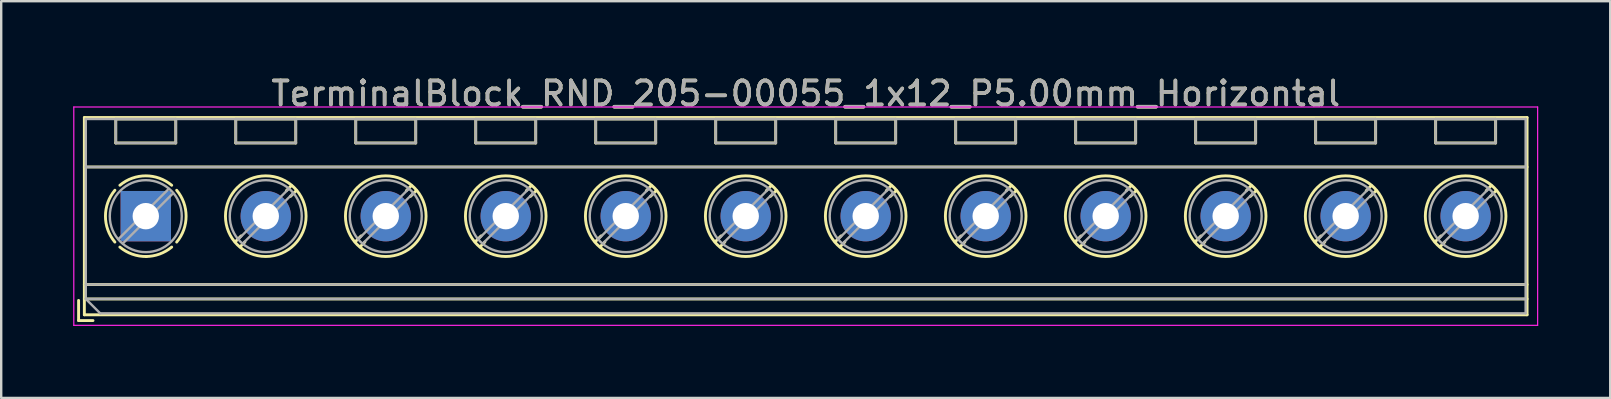
<source format=kicad_pcb>
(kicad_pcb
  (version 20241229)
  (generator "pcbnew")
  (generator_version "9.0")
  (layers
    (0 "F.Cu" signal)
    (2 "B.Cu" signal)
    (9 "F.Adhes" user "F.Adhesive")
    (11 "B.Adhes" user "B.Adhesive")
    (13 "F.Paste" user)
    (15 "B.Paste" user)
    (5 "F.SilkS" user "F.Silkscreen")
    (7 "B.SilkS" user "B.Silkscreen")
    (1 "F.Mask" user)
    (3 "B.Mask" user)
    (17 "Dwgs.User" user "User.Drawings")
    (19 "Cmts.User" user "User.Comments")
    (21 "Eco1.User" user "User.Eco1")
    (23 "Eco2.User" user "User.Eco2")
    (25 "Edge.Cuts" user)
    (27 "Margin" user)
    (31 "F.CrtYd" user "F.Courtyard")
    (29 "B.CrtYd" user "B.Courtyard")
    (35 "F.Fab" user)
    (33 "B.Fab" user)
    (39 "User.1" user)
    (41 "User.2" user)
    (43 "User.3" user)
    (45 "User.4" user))
  (footprint "TerminalBlock_RND_205-00055_1x12_P5.00mm_Horizontal"
    (layer "F.Cu")
    (at 3.025 5.958)
    (property "Reference" "TerminalBlock_RND_205-00055_1x12_P5.00mm_Horizontal" (at 27.5 -5.11 0) (layer "F.SilkS") (effects (font (size 1 1) (thickness 0.15))))
    (attr through_hole)
    (fp_line (start -2.8 3.51) (end -2.8 4.35) (stroke (width 0.12) (type solid)) (layer "F.SilkS"))
    (fp_line (start -2.8 4.35) (end -2.2 4.35) (stroke (width 0.12) (type solid)) (layer "F.SilkS"))
    (fp_line (start -2.56 -4.11) (end -2.56 4.11) (stroke (width 0.12) (type solid)) (layer "F.SilkS"))
    (fp_line (start -2.56 -4.11) (end 57.56 -4.11) (stroke (width 0.12) (type solid)) (layer "F.SilkS"))
    (fp_line (start -2.56 -2.05) (end 57.56 -2.05) (stroke (width 0.12) (type solid)) (layer "F.SilkS"))
    (fp_line (start -2.56 2.85) (end 57.56 2.85) (stroke (width 0.12) (type solid)) (layer "F.SilkS"))
    (fp_line (start -2.56 3.45) (end 57.56 3.45) (stroke (width 0.12) (type solid)) (layer "F.SilkS"))
    (fp_line (start -2.56 4.11) (end 57.56 4.11) (stroke (width 0.12) (type solid)) (layer "F.SilkS"))
    (fp_line (start -1.25 -4.05) (end -1.25 -3.05) (stroke (width 0.12) (type solid)) (layer "F.SilkS"))
    (fp_line (start -1.25 -4.05) (end 1.25 -4.05) (stroke (width 0.12) (type solid)) (layer "F.SilkS"))
    (fp_line (start -1.25 -3.05) (end 1.25 -3.05) (stroke (width 0.12) (type solid)) (layer "F.SilkS"))
    (fp_line (start 1.25 -4.05) (end 1.25 -3.05) (stroke (width 0.12) (type solid)) (layer "F.SilkS"))
    (fp_line (start 3.75 -4.05) (end 3.75 -3.05) (stroke (width 0.12) (type solid)) (layer "F.SilkS"))
    (fp_line (start 3.75 -4.05) (end 6.25 -4.05) (stroke (width 0.12) (type solid)) (layer "F.SilkS"))
    (fp_line (start 3.75 -3.05) (end 6.25 -3.05) (stroke (width 0.12) (type solid)) (layer "F.SilkS"))
    (fp_line (start 3.972 0.823) (end 3.726 1.069) (stroke (width 0.12) (type solid)) (layer "F.SilkS"))
    (fp_line (start 4.13 1.075) (end 3.931 1.274) (stroke (width 0.12) (type solid)) (layer "F.SilkS"))
    (fp_line (start 6.07 -1.275) (end 5.859 -1.064) (stroke (width 0.12) (type solid)) (layer "F.SilkS"))
    (fp_line (start 6.25 -4.05) (end 6.25 -3.05) (stroke (width 0.12) (type solid)) (layer "F.SilkS"))
    (fp_line (start 6.275 -1.069) (end 6.029 -0.823) (stroke (width 0.12) (type solid)) (layer "F.SilkS"))
    (fp_line (start 8.75 -4.05) (end 8.75 -3.05) (stroke (width 0.12) (type solid)) (layer "F.SilkS"))
    (fp_line (start 8.75 -4.05) (end 11.25 -4.05) (stroke (width 0.12) (type solid)) (layer "F.SilkS"))
    (fp_line (start 8.75 -3.05) (end 11.25 -3.05) (stroke (width 0.12) (type solid)) (layer "F.SilkS"))
    (fp_line (start 8.972 0.823) (end 8.726 1.069) (stroke (width 0.12) (type solid)) (layer "F.SilkS"))
    (fp_line (start 9.13 1.075) (end 8.931 1.274) (stroke (width 0.12) (type solid)) (layer "F.SilkS"))
    (fp_line (start 11.07 -1.275) (end 10.859 -1.064) (stroke (width 0.12) (type solid)) (layer "F.SilkS"))
    (fp_line (start 11.25 -4.05) (end 11.25 -3.05) (stroke (width 0.12) (type solid)) (layer "F.SilkS"))
    (fp_line (start 11.275 -1.069) (end 11.029 -0.823) (stroke (width 0.12) (type solid)) (layer "F.SilkS"))
    (fp_line (start 13.75 -4.05) (end 13.75 -3.05) (stroke (width 0.12) (type solid)) (layer "F.SilkS"))
    (fp_line (start 13.75 -4.05) (end 16.25 -4.05) (stroke (width 0.12) (type solid)) (layer "F.SilkS"))
    (fp_line (start 13.75 -3.05) (end 16.25 -3.05) (stroke (width 0.12) (type solid)) (layer "F.SilkS"))
    (fp_line (start 13.972 0.823) (end 13.726 1.069) (stroke (width 0.12) (type solid)) (layer "F.SilkS"))
    (fp_line (start 14.13 1.075) (end 13.931 1.274) (stroke (width 0.12) (type solid)) (layer "F.SilkS"))
    (fp_line (start 16.07 -1.275) (end 15.859 -1.064) (stroke (width 0.12) (type solid)) (layer "F.SilkS"))
    (fp_line (start 16.25 -4.05) (end 16.25 -3.05) (stroke (width 0.12) (type solid)) (layer "F.SilkS"))
    (fp_line (start 16.275 -1.069) (end 16.029 -0.823) (stroke (width 0.12) (type solid)) (layer "F.SilkS"))
    (fp_line (start 18.75 -4.05) (end 18.75 -3.05) (stroke (width 0.12) (type solid)) (layer "F.SilkS"))
    (fp_line (start 18.75 -4.05) (end 21.25 -4.05) (stroke (width 0.12) (type solid)) (layer "F.SilkS"))
    (fp_line (start 18.75 -3.05) (end 21.25 -3.05) (stroke (width 0.12) (type solid)) (layer "F.SilkS"))
    (fp_line (start 18.972 0.823) (end 18.726 1.069) (stroke (width 0.12) (type solid)) (layer "F.SilkS"))
    (fp_line (start 19.13 1.075) (end 18.931 1.274) (stroke (width 0.12) (type solid)) (layer "F.SilkS"))
    (fp_line (start 21.07 -1.275) (end 20.859 -1.064) (stroke (width 0.12) (type solid)) (layer "F.SilkS"))
    (fp_line (start 21.25 -4.05) (end 21.25 -3.05) (stroke (width 0.12) (type solid)) (layer "F.SilkS"))
    (fp_line (start 21.275 -1.069) (end 21.029 -0.823) (stroke (width 0.12) (type solid)) (layer "F.SilkS"))
    (fp_line (start 23.75 -4.05) (end 23.75 -3.05) (stroke (width 0.12) (type solid)) (layer "F.SilkS"))
    (fp_line (start 23.75 -4.05) (end 26.25 -4.05) (stroke (width 0.12) (type solid)) (layer "F.SilkS"))
    (fp_line (start 23.75 -3.05) (end 26.25 -3.05) (stroke (width 0.12) (type solid)) (layer "F.SilkS"))
    (fp_line (start 23.972 0.823) (end 23.726 1.069) (stroke (width 0.12) (type solid)) (layer "F.SilkS"))
    (fp_line (start 24.13 1.075) (end 23.931 1.274) (stroke (width 0.12) (type solid)) (layer "F.SilkS"))
    (fp_line (start 26.07 -1.275) (end 25.859 -1.064) (stroke (width 0.12) (type solid)) (layer "F.SilkS"))
    (fp_line (start 26.25 -4.05) (end 26.25 -3.05) (stroke (width 0.12) (type solid)) (layer "F.SilkS"))
    (fp_line (start 26.275 -1.069) (end 26.029 -0.823) (stroke (width 0.12) (type solid)) (layer "F.SilkS"))
    (fp_line (start 28.75 -4.05) (end 28.75 -3.05) (stroke (width 0.12) (type solid)) (layer "F.SilkS"))
    (fp_line (start 28.75 -4.05) (end 31.25 -4.05) (stroke (width 0.12) (type solid)) (layer "F.SilkS"))
    (fp_line (start 28.75 -3.05) (end 31.25 -3.05) (stroke (width 0.12) (type solid)) (layer "F.SilkS"))
    (fp_line (start 28.972 0.823) (end 28.726 1.069) (stroke (width 0.12) (type solid)) (layer "F.SilkS"))
    (fp_line (start 29.13 1.075) (end 28.931 1.274) (stroke (width 0.12) (type solid)) (layer "F.SilkS"))
    (fp_line (start 31.07 -1.275) (end 30.859 -1.064) (stroke (width 0.12) (type solid)) (layer "F.SilkS"))
    (fp_line (start 31.25 -4.05) (end 31.25 -3.05) (stroke (width 0.12) (type solid)) (layer "F.SilkS"))
    (fp_line (start 31.275 -1.069) (end 31.029 -0.823) (stroke (width 0.12) (type solid)) (layer "F.SilkS"))
    (fp_line (start 33.75 -4.05) (end 33.75 -3.05) (stroke (width 0.12) (type solid)) (layer "F.SilkS"))
    (fp_line (start 33.75 -4.05) (end 36.25 -4.05) (stroke (width 0.12) (type solid)) (layer "F.SilkS"))
    (fp_line (start 33.75 -3.05) (end 36.25 -3.05) (stroke (width 0.12) (type solid)) (layer "F.SilkS"))
    (fp_line (start 33.972 0.823) (end 33.726 1.069) (stroke (width 0.12) (type solid)) (layer "F.SilkS"))
    (fp_line (start 34.13 1.075) (end 33.931 1.274) (stroke (width 0.12) (type solid)) (layer "F.SilkS"))
    (fp_line (start 36.07 -1.275) (end 35.859 -1.064) (stroke (width 0.12) (type solid)) (layer "F.SilkS"))
    (fp_line (start 36.25 -4.05) (end 36.25 -3.05) (stroke (width 0.12) (type solid)) (layer "F.SilkS"))
    (fp_line (start 36.275 -1.069) (end 36.029 -0.823) (stroke (width 0.12) (type solid)) (layer "F.SilkS"))
    (fp_line (start 38.75 -4.05) (end 38.75 -3.05) (stroke (width 0.12) (type solid)) (layer "F.SilkS"))
    (fp_line (start 38.75 -4.05) (end 41.25 -4.05) (stroke (width 0.12) (type solid)) (layer "F.SilkS"))
    (fp_line (start 38.75 -3.05) (end 41.25 -3.05) (stroke (width 0.12) (type solid)) (layer "F.SilkS"))
    (fp_line (start 38.972 0.823) (end 38.726 1.069) (stroke (width 0.12) (type solid)) (layer "F.SilkS"))
    (fp_line (start 39.13 1.075) (end 38.931 1.274) (stroke (width 0.12) (type solid)) (layer "F.SilkS"))
    (fp_line (start 41.07 -1.275) (end 40.859 -1.064) (stroke (width 0.12) (type solid)) (layer "F.SilkS"))
    (fp_line (start 41.25 -4.05) (end 41.25 -3.05) (stroke (width 0.12) (type solid)) (layer "F.SilkS"))
    (fp_line (start 41.275 -1.069) (end 41.029 -0.823) (stroke (width 0.12) (type solid)) (layer "F.SilkS"))
    (fp_line (start 43.75 -4.05) (end 43.75 -3.05) (stroke (width 0.12) (type solid)) (layer "F.SilkS"))
    (fp_line (start 43.75 -4.05) (end 46.25 -4.05) (stroke (width 0.12) (type solid)) (layer "F.SilkS"))
    (fp_line (start 43.75 -3.05) (end 46.25 -3.05) (stroke (width 0.12) (type solid)) (layer "F.SilkS"))
    (fp_line (start 43.972 0.823) (end 43.726 1.069) (stroke (width 0.12) (type solid)) (layer "F.SilkS"))
    (fp_line (start 44.13 1.075) (end 43.931 1.274) (stroke (width 0.12) (type solid)) (layer "F.SilkS"))
    (fp_line (start 46.07 -1.275) (end 45.859 -1.064) (stroke (width 0.12) (type solid)) (layer "F.SilkS"))
    (fp_line (start 46.25 -4.05) (end 46.25 -3.05) (stroke (width 0.12) (type solid)) (layer "F.SilkS"))
    (fp_line (start 46.275 -1.069) (end 46.029 -0.823) (stroke (width 0.12) (type solid)) (layer "F.SilkS"))
    (fp_line (start 48.75 -4.05) (end 48.75 -3.05) (stroke (width 0.12) (type solid)) (layer "F.SilkS"))
    (fp_line (start 48.75 -4.05) (end 51.25 -4.05) (stroke (width 0.12) (type solid)) (layer "F.SilkS"))
    (fp_line (start 48.75 -3.05) (end 51.25 -3.05) (stroke (width 0.12) (type solid)) (layer "F.SilkS"))
    (fp_line (start 48.972 0.823) (end 48.726 1.069) (stroke (width 0.12) (type solid)) (layer "F.SilkS"))
    (fp_line (start 49.13 1.075) (end 48.931 1.274) (stroke (width 0.12) (type solid)) (layer "F.SilkS"))
    (fp_line (start 51.07 -1.275) (end 50.859 -1.064) (stroke (width 0.12) (type solid)) (layer "F.SilkS"))
    (fp_line (start 51.25 -4.05) (end 51.25 -3.05) (stroke (width 0.12) (type solid)) (layer "F.SilkS"))
    (fp_line (start 51.275 -1.069) (end 51.029 -0.823) (stroke (width 0.12) (type solid)) (layer "F.SilkS"))
    (fp_line (start 53.75 -4.05) (end 53.75 -3.05) (stroke (width 0.12) (type solid)) (layer "F.SilkS"))
    (fp_line (start 53.75 -4.05) (end 56.25 -4.05) (stroke (width 0.12) (type solid)) (layer "F.SilkS"))
    (fp_line (start 53.75 -3.05) (end 56.25 -3.05) (stroke (width 0.12) (type solid)) (layer "F.SilkS"))
    (fp_line (start 53.972 0.823) (end 53.726 1.069) (stroke (width 0.12) (type solid)) (layer "F.SilkS"))
    (fp_line (start 54.13 1.075) (end 53.931 1.274) (stroke (width 0.12) (type solid)) (layer "F.SilkS"))
    (fp_line (start 56.07 -1.275) (end 55.859 -1.064) (stroke (width 0.12) (type solid)) (layer "F.SilkS"))
    (fp_line (start 56.25 -4.05) (end 56.25 -3.05) (stroke (width 0.12) (type solid)) (layer "F.SilkS"))
    (fp_line (start 56.275 -1.069) (end 56.029 -0.823) (stroke (width 0.12) (type solid)) (layer "F.SilkS"))
    (fp_line (start 57.56 -4.11) (end 57.56 4.11) (stroke (width 0.12) (type solid)) (layer "F.SilkS"))
    (fp_arc (start -1.288062 1.079734) (mid -1.680752 -0.000826) (end -1.287 -1.081) (stroke (width 0.12) (type solid)) (layer "F.SilkS"))
    (fp_arc (start -1.079908 -1.287078) (mid 0.00006 -1.68011) (end 1.08 -1.287) (stroke (width 0.12) (type solid)) (layer "F.SilkS"))
    (fp_arc (start 0.028507 1.680511) (mid -0.561826 1.584071) (end -1.081 1.287) (stroke (width 0.12) (type solid)) (layer "F.SilkS"))
    (fp_arc (start 1.079883 1.286955) (mid 0.574594 1.578684) (end 0 1.68) (stroke (width 0.12) (type solid)) (layer "F.SilkS"))
    (fp_arc (start 1.287078 -1.079908) (mid 1.68011 0.00006) (end 1.287 1.08) (stroke (width 0.12) (type solid)) (layer "F.SilkS"))
    (fp_circle (center 5 0) (end 6.68 0) (stroke (width 0.12) (type solid)) (fill no) (layer "F.SilkS"))
    (fp_circle (center 10 0) (end 11.68 0) (stroke (width 0.12) (type solid)) (fill no) (layer "F.SilkS"))
    (fp_circle (center 15 0) (end 16.68 0) (stroke (width 0.12) (type solid)) (fill no) (layer "F.SilkS"))
    (fp_circle (center 20 0) (end 21.68 0) (stroke (width 0.12) (type solid)) (fill no) (layer "F.SilkS"))
    (fp_circle (center 25 0) (end 26.68 0) (stroke (width 0.12) (type solid)) (fill no) (layer "F.SilkS"))
    (fp_circle (center 30 0) (end 31.68 0) (stroke (width 0.12) (type solid)) (fill no) (layer "F.SilkS"))
    (fp_circle (center 35 0) (end 36.68 0) (stroke (width 0.12) (type solid)) (fill no) (layer "F.SilkS"))
    (fp_circle (center 40 0) (end 41.68 0) (stroke (width 0.12) (type solid)) (fill no) (layer "F.SilkS"))
    (fp_circle (center 45 0) (end 46.68 0) (stroke (width 0.12) (type solid)) (fill no) (layer "F.SilkS"))
    (fp_circle (center 50 0) (end 51.68 0) (stroke (width 0.12) (type solid)) (fill no) (layer "F.SilkS"))
    (fp_circle (center 55 0) (end 56.68 0) (stroke (width 0.12) (type solid)) (fill no) (layer "F.SilkS"))
    (fp_line (start -3 -4.55) (end -3 4.55) (stroke (width 0.05) (type solid)) (layer "F.CrtYd"))
    (fp_line (start -3 4.55) (end 58 4.55) (stroke (width 0.05) (type solid)) (layer "F.CrtYd"))
    (fp_line (start 58 -4.55) (end -3 -4.55) (stroke (width 0.05) (type solid)) (layer "F.CrtYd"))
    (fp_line (start 58 4.55) (end 58 -4.55) (stroke (width 0.05) (type solid)) (layer "F.CrtYd"))
    (fp_line (start -2.5 -4.05) (end 57.5 -4.05) (stroke (width 0.1) (type solid)) (layer "F.Fab"))
    (fp_line (start -2.5 -2.05) (end 57.5 -2.05) (stroke (width 0.1) (type solid)) (layer "F.Fab"))
    (fp_line (start -2.5 2.85) (end 57.5 2.85) (stroke (width 0.1) (type solid)) (layer "F.Fab"))
    (fp_line (start -2.5 3.45) (end -2.5 -4.05) (stroke (width 0.1) (type solid)) (layer "F.Fab"))
    (fp_line (start -2.5 3.45) (end 57.5 3.45) (stroke (width 0.1) (type solid)) (layer "F.Fab"))
    (fp_line (start -1.9 4.05) (end -2.5 3.45) (stroke (width 0.1) (type solid)) (layer "F.Fab"))
    (fp_line (start -1.25 -4.05) (end -1.25 -3.05) (stroke (width 0.1) (type solid)) (layer "F.Fab"))
    (fp_line (start -1.25 -3.05) (end 1.25 -3.05) (stroke (width 0.1) (type solid)) (layer "F.Fab"))
    (fp_line (start 0.955 -1.138) (end -1.138 0.955) (stroke (width 0.1) (type solid)) (layer "F.Fab"))
    (fp_line (start 1.138 -0.955) (end -0.955 1.138) (stroke (width 0.1) (type solid)) (layer "F.Fab"))
    (fp_line (start 1.25 -4.05) (end -1.25 -4.05) (stroke (width 0.1) (type solid)) (layer "F.Fab"))
    (fp_line (start 1.25 -3.05) (end 1.25 -4.05) (stroke (width 0.1) (type solid)) (layer "F.Fab"))
    (fp_line (start 3.75 -4.05) (end 3.75 -3.05) (stroke (width 0.1) (type solid)) (layer "F.Fab"))
    (fp_line (start 3.75 -3.05) (end 6.25 -3.05) (stroke (width 0.1) (type solid)) (layer "F.Fab"))
    (fp_line (start 5.955 -1.138) (end 3.863 0.955) (stroke (width 0.1) (type solid)) (layer "F.Fab"))
    (fp_line (start 6.138 -0.955) (end 4.046 1.138) (stroke (width 0.1) (type solid)) (layer "F.Fab"))
    (fp_line (start 6.25 -4.05) (end 3.75 -4.05) (stroke (width 0.1) (type solid)) (layer "F.Fab"))
    (fp_line (start 6.25 -3.05) (end 6.25 -4.05) (stroke (width 0.1) (type solid)) (layer "F.Fab"))
    (fp_line (start 8.75 -4.05) (end 8.75 -3.05) (stroke (width 0.1) (type solid)) (layer "F.Fab"))
    (fp_line (start 8.75 -3.05) (end 11.25 -3.05) (stroke (width 0.1) (type solid)) (layer "F.Fab"))
    (fp_line (start 10.955 -1.138) (end 8.863 0.955) (stroke (width 0.1) (type solid)) (layer "F.Fab"))
    (fp_line (start 11.138 -0.955) (end 9.046 1.138) (stroke (width 0.1) (type solid)) (layer "F.Fab"))
    (fp_line (start 11.25 -4.05) (end 8.75 -4.05) (stroke (width 0.1) (type solid)) (layer "F.Fab"))
    (fp_line (start 11.25 -3.05) (end 11.25 -4.05) (stroke (width 0.1) (type solid)) (layer "F.Fab"))
    (fp_line (start 13.75 -4.05) (end 13.75 -3.05) (stroke (width 0.1) (type solid)) (layer "F.Fab"))
    (fp_line (start 13.75 -3.05) (end 16.25 -3.05) (stroke (width 0.1) (type solid)) (layer "F.Fab"))
    (fp_line (start 15.955 -1.138) (end 13.863 0.955) (stroke (width 0.1) (type solid)) (layer "F.Fab"))
    (fp_line (start 16.138 -0.955) (end 14.046 1.138) (stroke (width 0.1) (type solid)) (layer "F.Fab"))
    (fp_line (start 16.25 -4.05) (end 13.75 -4.05) (stroke (width 0.1) (type solid)) (layer "F.Fab"))
    (fp_line (start 16.25 -3.05) (end 16.25 -4.05) (stroke (width 0.1) (type solid)) (layer "F.Fab"))
    (fp_line (start 18.75 -4.05) (end 18.75 -3.05) (stroke (width 0.1) (type solid)) (layer "F.Fab"))
    (fp_line (start 18.75 -3.05) (end 21.25 -3.05) (stroke (width 0.1) (type solid)) (layer "F.Fab"))
    (fp_line (start 20.955 -1.138) (end 18.863 0.955) (stroke (width 0.1) (type solid)) (layer "F.Fab"))
    (fp_line (start 21.138 -0.955) (end 19.046 1.138) (stroke (width 0.1) (type solid)) (layer "F.Fab"))
    (fp_line (start 21.25 -4.05) (end 18.75 -4.05) (stroke (width 0.1) (type solid)) (layer "F.Fab"))
    (fp_line (start 21.25 -3.05) (end 21.25 -4.05) (stroke (width 0.1) (type solid)) (layer "F.Fab"))
    (fp_line (start 23.75 -4.05) (end 23.75 -3.05) (stroke (width 0.1) (type solid)) (layer "F.Fab"))
    (fp_line (start 23.75 -3.05) (end 26.25 -3.05) (stroke (width 0.1) (type solid)) (layer "F.Fab"))
    (fp_line (start 25.955 -1.138) (end 23.863 0.955) (stroke (width 0.1) (type solid)) (layer "F.Fab"))
    (fp_line (start 26.138 -0.955) (end 24.046 1.138) (stroke (width 0.1) (type solid)) (layer "F.Fab"))
    (fp_line (start 26.25 -4.05) (end 23.75 -4.05) (stroke (width 0.1) (type solid)) (layer "F.Fab"))
    (fp_line (start 26.25 -3.05) (end 26.25 -4.05) (stroke (width 0.1) (type solid)) (layer "F.Fab"))
    (fp_line (start 28.75 -4.05) (end 28.75 -3.05) (stroke (width 0.1) (type solid)) (layer "F.Fab"))
    (fp_line (start 28.75 -3.05) (end 31.25 -3.05) (stroke (width 0.1) (type solid)) (layer "F.Fab"))
    (fp_line (start 30.955 -1.138) (end 28.863 0.955) (stroke (width 0.1) (type solid)) (layer "F.Fab"))
    (fp_line (start 31.138 -0.955) (end 29.046 1.138) (stroke (width 0.1) (type solid)) (layer "F.Fab"))
    (fp_line (start 31.25 -4.05) (end 28.75 -4.05) (stroke (width 0.1) (type solid)) (layer "F.Fab"))
    (fp_line (start 31.25 -3.05) (end 31.25 -4.05) (stroke (width 0.1) (type solid)) (layer "F.Fab"))
    (fp_line (start 33.75 -4.05) (end 33.75 -3.05) (stroke (width 0.1) (type solid)) (layer "F.Fab"))
    (fp_line (start 33.75 -3.05) (end 36.25 -3.05) (stroke (width 0.1) (type solid)) (layer "F.Fab"))
    (fp_line (start 35.955 -1.138) (end 33.863 0.955) (stroke (width 0.1) (type solid)) (layer "F.Fab"))
    (fp_line (start 36.138 -0.955) (end 34.046 1.138) (stroke (width 0.1) (type solid)) (layer "F.Fab"))
    (fp_line (start 36.25 -4.05) (end 33.75 -4.05) (stroke (width 0.1) (type solid)) (layer "F.Fab"))
    (fp_line (start 36.25 -3.05) (end 36.25 -4.05) (stroke (width 0.1) (type solid)) (layer "F.Fab"))
    (fp_line (start 38.75 -4.05) (end 38.75 -3.05) (stroke (width 0.1) (type solid)) (layer "F.Fab"))
    (fp_line (start 38.75 -3.05) (end 41.25 -3.05) (stroke (width 0.1) (type solid)) (layer "F.Fab"))
    (fp_line (start 40.955 -1.138) (end 38.863 0.955) (stroke (width 0.1) (type solid)) (layer "F.Fab"))
    (fp_line (start 41.138 -0.955) (end 39.046 1.138) (stroke (width 0.1) (type solid)) (layer "F.Fab"))
    (fp_line (start 41.25 -4.05) (end 38.75 -4.05) (stroke (width 0.1) (type solid)) (layer "F.Fab"))
    (fp_line (start 41.25 -3.05) (end 41.25 -4.05) (stroke (width 0.1) (type solid)) (layer "F.Fab"))
    (fp_line (start 43.75 -4.05) (end 43.75 -3.05) (stroke (width 0.1) (type solid)) (layer "F.Fab"))
    (fp_line (start 43.75 -3.05) (end 46.25 -3.05) (stroke (width 0.1) (type solid)) (layer "F.Fab"))
    (fp_line (start 45.955 -1.138) (end 43.863 0.955) (stroke (width 0.1) (type solid)) (layer "F.Fab"))
    (fp_line (start 46.138 -0.955) (end 44.046 1.138) (stroke (width 0.1) (type solid)) (layer "F.Fab"))
    (fp_line (start 46.25 -4.05) (end 43.75 -4.05) (stroke (width 0.1) (type solid)) (layer "F.Fab"))
    (fp_line (start 46.25 -3.05) (end 46.25 -4.05) (stroke (width 0.1) (type solid)) (layer "F.Fab"))
    (fp_line (start 48.75 -4.05) (end 48.75 -3.05) (stroke (width 0.1) (type solid)) (layer "F.Fab"))
    (fp_line (start 48.75 -3.05) (end 51.25 -3.05) (stroke (width 0.1) (type solid)) (layer "F.Fab"))
    (fp_line (start 50.955 -1.138) (end 48.863 0.955) (stroke (width 0.1) (type solid)) (layer "F.Fab"))
    (fp_line (start 51.138 -0.955) (end 49.046 1.138) (stroke (width 0.1) (type solid)) (layer "F.Fab"))
    (fp_line (start 51.25 -4.05) (end 48.75 -4.05) (stroke (width 0.1) (type solid)) (layer "F.Fab"))
    (fp_line (start 51.25 -3.05) (end 51.25 -4.05) (stroke (width 0.1) (type solid)) (layer "F.Fab"))
    (fp_line (start 53.75 -4.05) (end 53.75 -3.05) (stroke (width 0.1) (type solid)) (layer "F.Fab"))
    (fp_line (start 53.75 -3.05) (end 56.25 -3.05) (stroke (width 0.1) (type solid)) (layer "F.Fab"))
    (fp_line (start 55.955 -1.138) (end 53.863 0.955) (stroke (width 0.1) (type solid)) (layer "F.Fab"))
    (fp_line (start 56.138 -0.955) (end 54.046 1.138) (stroke (width 0.1) (type solid)) (layer "F.Fab"))
    (fp_line (start 56.25 -4.05) (end 53.75 -4.05) (stroke (width 0.1) (type solid)) (layer "F.Fab"))
    (fp_line (start 56.25 -3.05) (end 56.25 -4.05) (stroke (width 0.1) (type solid)) (layer "F.Fab"))
    (fp_line (start 57.5 -4.05) (end 57.5 4.05) (stroke (width 0.1) (type solid)) (layer "F.Fab"))
    (fp_line (start 57.5 4.05) (end -1.9 4.05) (stroke (width 0.1) (type solid)) (layer "F.Fab"))
    (fp_circle (center 0 0) (end 1.5 0) (stroke (width 0.1) (type solid)) (fill no) (layer "F.Fab"))
    (fp_circle (center 5 0) (end 6.5 0) (stroke (width 0.1) (type solid)) (fill no) (layer "F.Fab"))
    (fp_circle (center 10 0) (end 11.5 0) (stroke (width 0.1) (type solid)) (fill no) (layer "F.Fab"))
    (fp_circle (center 15 0) (end 16.5 0) (stroke (width 0.1) (type solid)) (fill no) (layer "F.Fab"))
    (fp_circle (center 20 0) (end 21.5 0) (stroke (width 0.1) (type solid)) (fill no) (layer "F.Fab"))
    (fp_circle (center 25 0) (end 26.5 0) (stroke (width 0.1) (type solid)) (fill no) (layer "F.Fab"))
    (fp_circle (center 30 0) (end 31.5 0) (stroke (width 0.1) (type solid)) (fill no) (layer "F.Fab"))
    (fp_circle (center 35 0) (end 36.5 0) (stroke (width 0.1) (type solid)) (fill no) (layer "F.Fab"))
    (fp_circle (center 40 0) (end 41.5 0) (stroke (width 0.1) (type solid)) (fill no) (layer "F.Fab"))
    (fp_circle (center 45 0) (end 46.5 0) (stroke (width 0.1) (type solid)) (fill no) (layer "F.Fab"))
    (fp_circle (center 50 0) (end 51.5 0) (stroke (width 0.1) (type solid)) (fill no) (layer "F.Fab"))
    (fp_circle (center 55 0) (end 56.5 0) (stroke (width 0.1) (type solid)) (fill no) (layer "F.Fab"))
    (fp_text user "${REFERENCE}" (at 27.5 -5.11 0) (layer "F.Fab") (effects (font (size 1 1) (thickness 0.15))))
    (pad "1" thru_hole rect (at 0 0) (size 2.1 2.1) (drill 1.1) (layers "*.Cu" "*.Mask"))
    (pad "2" thru_hole circle (at 5 0) (size 2.1 2.1) (drill 1.1) (layers "*.Cu" "*.Mask"))
    (pad "3" thru_hole circle (at 10 0) (size 2.1 2.1) (drill 1.1) (layers "*.Cu" "*.Mask"))
    (pad "4" thru_hole circle (at 15 0) (size 2.1 2.1) (drill 1.1) (layers "*.Cu" "*.Mask"))
    (pad "5" thru_hole circle (at 20 0) (size 2.1 2.1) (drill 1.1) (layers "*.Cu" "*.Mask"))
    (pad "6" thru_hole circle (at 25 0) (size 2.1 2.1) (drill 1.1) (layers "*.Cu" "*.Mask"))
    (pad "7" thru_hole circle (at 30 0) (size 2.1 2.1) (drill 1.1) (layers "*.Cu" "*.Mask"))
    (pad "8" thru_hole circle (at 35 0) (size 2.1 2.1) (drill 1.1) (layers "*.Cu" "*.Mask"))
    (pad "9" thru_hole circle (at 40 0) (size 2.1 2.1) (drill 1.1) (layers "*.Cu" "*.Mask"))
    (pad "10" thru_hole circle (at 45 0) (size 2.1 2.1) (drill 1.1) (layers "*.Cu" "*.Mask"))
    (pad "11" thru_hole circle (at 50 0) (size 2.1 2.1) (drill 1.1) (layers "*.Cu" "*.Mask"))
    (pad "12" thru_hole circle (at 55 0) (size 2.1 2.1) (drill 1.1) (layers "*.Cu" "*.Mask")))
  (gr_rect
    (start -3 -3)
    (end 64.05 13.533)
    (stroke (width 0.1) (type default))
    (fill no)
    (layer "Edge.Cuts")))
</source>
